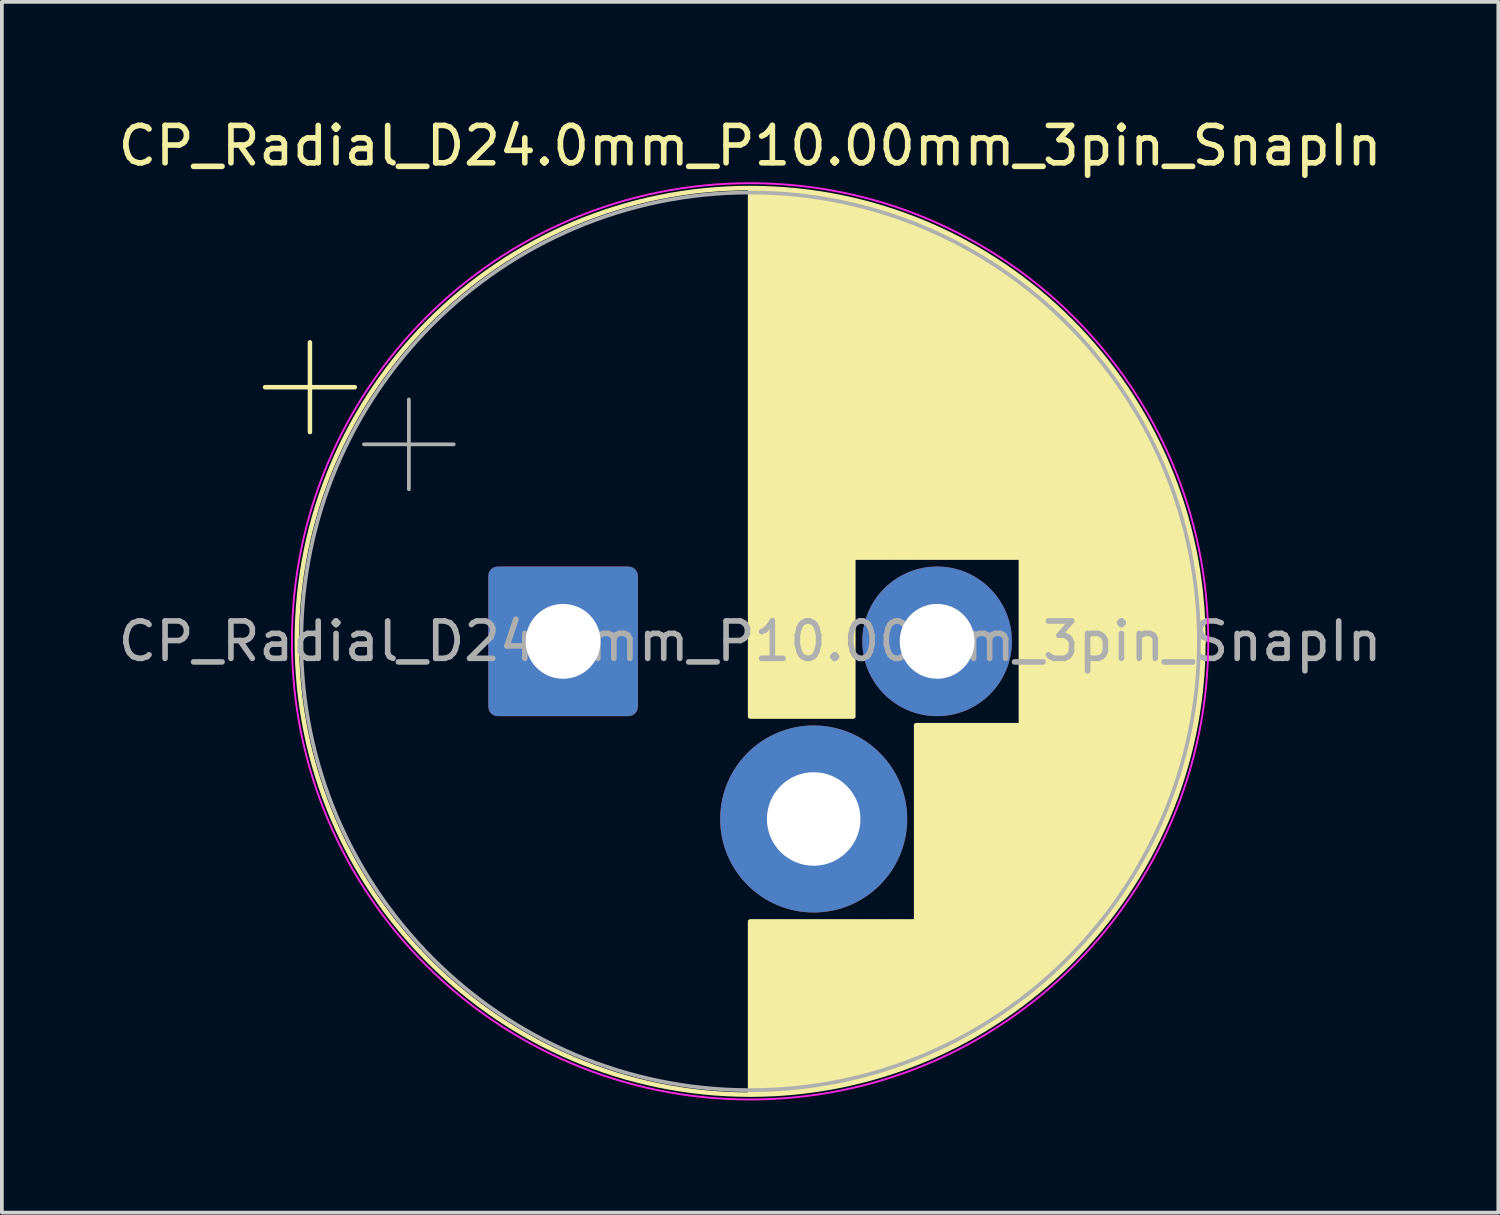
<source format=kicad_pcb>
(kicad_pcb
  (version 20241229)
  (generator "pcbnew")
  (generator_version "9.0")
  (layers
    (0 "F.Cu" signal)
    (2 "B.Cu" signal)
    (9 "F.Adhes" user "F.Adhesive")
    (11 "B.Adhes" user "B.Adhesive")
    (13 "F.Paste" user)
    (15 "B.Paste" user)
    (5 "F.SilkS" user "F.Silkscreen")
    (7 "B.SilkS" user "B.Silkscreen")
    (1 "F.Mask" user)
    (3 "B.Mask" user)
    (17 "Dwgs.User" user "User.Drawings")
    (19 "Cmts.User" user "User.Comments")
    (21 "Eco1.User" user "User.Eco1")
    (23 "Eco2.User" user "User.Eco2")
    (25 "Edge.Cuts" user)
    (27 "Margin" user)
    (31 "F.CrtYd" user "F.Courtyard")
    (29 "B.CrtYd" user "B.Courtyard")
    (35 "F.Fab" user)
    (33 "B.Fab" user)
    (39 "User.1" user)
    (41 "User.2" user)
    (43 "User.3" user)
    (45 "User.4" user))
  (footprint "CP_Radial_D24.0mm_P10.00mm_3pin_SnapIn"
    (layer "F.Cu")
    (at 12.006 14.098)
    (property "Reference" "CP_Radial_D24.0mm_P10.00mm_3pin_SnapIn" (at 5 -13.25 0) (layer "F.SilkS") (effects (font (size 1 1) (thickness 0.15))))
    (attr through_hole)
    (fp_line (start -7.969 -6.795) (end -5.569 -6.795) (stroke (width 0.12) (type solid)) (layer "F.SilkS"))
    (fp_line (start -6.769 -7.995) (end -6.769 -5.595) (stroke (width 0.12) (type solid)) (layer "F.SilkS"))
    (fp_line (start 5 -12.08) (end 5 2.01) (stroke (width 0.12) (type solid)) (layer "F.SilkS"))
    (fp_line (start 5 7.49) (end 5 12.08) (stroke (width 0.12) (type solid)) (layer "F.SilkS"))
    (fp_line (start 5.04 -12.08) (end 5.04 2.01) (stroke (width 0.12) (type solid)) (layer "F.SilkS"))
    (fp_line (start 5.04 7.49) (end 5.04 12.08) (stroke (width 0.12) (type solid)) (layer "F.SilkS"))
    (fp_line (start 5.08 -12.08) (end 5.08 2.01) (stroke (width 0.12) (type solid)) (layer "F.SilkS"))
    (fp_line (start 5.08 7.49) (end 5.08 12.08) (stroke (width 0.12) (type solid)) (layer "F.SilkS"))
    (fp_line (start 5.12 -12.079) (end 5.12 2.01) (stroke (width 0.12) (type solid)) (layer "F.SilkS"))
    (fp_line (start 5.12 7.49) (end 5.12 12.079) (stroke (width 0.12) (type solid)) (layer "F.SilkS"))
    (fp_line (start 5.16 -12.079) (end 5.16 2.01) (stroke (width 0.12) (type solid)) (layer "F.SilkS"))
    (fp_line (start 5.16 7.49) (end 5.16 12.079) (stroke (width 0.12) (type solid)) (layer "F.SilkS"))
    (fp_line (start 5.2 -12.078) (end 5.2 2.01) (stroke (width 0.12) (type solid)) (layer "F.SilkS"))
    (fp_line (start 5.2 7.49) (end 5.2 12.078) (stroke (width 0.12) (type solid)) (layer "F.SilkS"))
    (fp_line (start 5.24 -12.078) (end 5.24 2.01) (stroke (width 0.12) (type solid)) (layer "F.SilkS"))
    (fp_line (start 5.24 7.49) (end 5.24 12.078) (stroke (width 0.12) (type solid)) (layer "F.SilkS"))
    (fp_line (start 5.28 -12.077) (end 5.28 2.01) (stroke (width 0.12) (type solid)) (layer "F.SilkS"))
    (fp_line (start 5.28 7.49) (end 5.28 12.077) (stroke (width 0.12) (type solid)) (layer "F.SilkS"))
    (fp_line (start 5.32 -12.076) (end 5.32 2.01) (stroke (width 0.12) (type solid)) (layer "F.SilkS"))
    (fp_line (start 5.32 7.49) (end 5.32 12.076) (stroke (width 0.12) (type solid)) (layer "F.SilkS"))
    (fp_line (start 5.36 -12.075) (end 5.36 2.01) (stroke (width 0.12) (type solid)) (layer "F.SilkS"))
    (fp_line (start 5.36 7.49) (end 5.36 12.075) (stroke (width 0.12) (type solid)) (layer "F.SilkS"))
    (fp_line (start 5.4 -12.073) (end 5.4 2.01) (stroke (width 0.12) (type solid)) (layer "F.SilkS"))
    (fp_line (start 5.4 7.49) (end 5.4 12.073) (stroke (width 0.12) (type solid)) (layer "F.SilkS"))
    (fp_line (start 5.44 -12.072) (end 5.44 2.01) (stroke (width 0.12) (type solid)) (layer "F.SilkS"))
    (fp_line (start 5.44 7.49) (end 5.44 12.072) (stroke (width 0.12) (type solid)) (layer "F.SilkS"))
    (fp_line (start 5.48 -12.07) (end 5.48 2.01) (stroke (width 0.12) (type solid)) (layer "F.SilkS"))
    (fp_line (start 5.48 7.49) (end 5.48 12.07) (stroke (width 0.12) (type solid)) (layer "F.SilkS"))
    (fp_line (start 5.52 -12.069) (end 5.52 2.01) (stroke (width 0.12) (type solid)) (layer "F.SilkS"))
    (fp_line (start 5.52 7.49) (end 5.52 12.069) (stroke (width 0.12) (type solid)) (layer "F.SilkS"))
    (fp_line (start 5.56 -12.067) (end 5.56 2.01) (stroke (width 0.12) (type solid)) (layer "F.SilkS"))
    (fp_line (start 5.56 7.49) (end 5.56 12.067) (stroke (width 0.12) (type solid)) (layer "F.SilkS"))
    (fp_line (start 5.6 -12.065) (end 5.6 2.01) (stroke (width 0.12) (type solid)) (layer "F.SilkS"))
    (fp_line (start 5.6 7.49) (end 5.6 12.065) (stroke (width 0.12) (type solid)) (layer "F.SilkS"))
    (fp_line (start 5.64 -12.063) (end 5.64 2.01) (stroke (width 0.12) (type solid)) (layer "F.SilkS"))
    (fp_line (start 5.64 7.49) (end 5.64 12.063) (stroke (width 0.12) (type solid)) (layer "F.SilkS"))
    (fp_line (start 5.68 -12.061) (end 5.68 2.01) (stroke (width 0.12) (type solid)) (layer "F.SilkS"))
    (fp_line (start 5.68 7.49) (end 5.68 12.061) (stroke (width 0.12) (type solid)) (layer "F.SilkS"))
    (fp_line (start 5.72 -12.059) (end 5.72 2.01) (stroke (width 0.12) (type solid)) (layer "F.SilkS"))
    (fp_line (start 5.72 7.49) (end 5.72 12.059) (stroke (width 0.12) (type solid)) (layer "F.SilkS"))
    (fp_line (start 5.76 -12.056) (end 5.76 2.01) (stroke (width 0.12) (type solid)) (layer "F.SilkS"))
    (fp_line (start 5.76 7.49) (end 5.76 12.056) (stroke (width 0.12) (type solid)) (layer "F.SilkS"))
    (fp_line (start 5.8 -12.054) (end 5.8 2.01) (stroke (width 0.12) (type solid)) (layer "F.SilkS"))
    (fp_line (start 5.8 7.49) (end 5.8 12.054) (stroke (width 0.12) (type solid)) (layer "F.SilkS"))
    (fp_line (start 5.84 -12.051) (end 5.84 2.01) (stroke (width 0.12) (type solid)) (layer "F.SilkS"))
    (fp_line (start 5.84 7.49) (end 5.84 12.051) (stroke (width 0.12) (type solid)) (layer "F.SilkS"))
    (fp_line (start 5.88 -12.048) (end 5.88 2.01) (stroke (width 0.12) (type solid)) (layer "F.SilkS"))
    (fp_line (start 5.88 7.49) (end 5.88 12.048) (stroke (width 0.12) (type solid)) (layer "F.SilkS"))
    (fp_line (start 5.92 -12.045) (end 5.92 2.01) (stroke (width 0.12) (type solid)) (layer "F.SilkS"))
    (fp_line (start 5.92 7.49) (end 5.92 12.045) (stroke (width 0.12) (type solid)) (layer "F.SilkS"))
    (fp_line (start 5.96 -12.042) (end 5.96 2.01) (stroke (width 0.12) (type solid)) (layer "F.SilkS"))
    (fp_line (start 5.96 7.49) (end 5.96 12.042) (stroke (width 0.12) (type solid)) (layer "F.SilkS"))
    (fp_line (start 6 -12.039) (end 6 2.01) (stroke (width 0.12) (type solid)) (layer "F.SilkS"))
    (fp_line (start 6 7.49) (end 6 12.039) (stroke (width 0.12) (type solid)) (layer "F.SilkS"))
    (fp_line (start 6.04 -12.035) (end 6.04 2.01) (stroke (width 0.12) (type solid)) (layer "F.SilkS"))
    (fp_line (start 6.04 7.49) (end 6.04 12.035) (stroke (width 0.12) (type solid)) (layer "F.SilkS"))
    (fp_line (start 6.08 -12.032) (end 6.08 2.01) (stroke (width 0.12) (type solid)) (layer "F.SilkS"))
    (fp_line (start 6.08 7.49) (end 6.08 12.032) (stroke (width 0.12) (type solid)) (layer "F.SilkS"))
    (fp_line (start 6.12 -12.028) (end 6.12 2.01) (stroke (width 0.12) (type solid)) (layer "F.SilkS"))
    (fp_line (start 6.12 7.49) (end 6.12 12.028) (stroke (width 0.12) (type solid)) (layer "F.SilkS"))
    (fp_line (start 6.16 -12.024) (end 6.16 2.01) (stroke (width 0.12) (type solid)) (layer "F.SilkS"))
    (fp_line (start 6.16 7.49) (end 6.16 12.024) (stroke (width 0.12) (type solid)) (layer "F.SilkS"))
    (fp_line (start 6.2 -12.02) (end 6.2 2.01) (stroke (width 0.12) (type solid)) (layer "F.SilkS"))
    (fp_line (start 6.2 7.49) (end 6.2 12.02) (stroke (width 0.12) (type solid)) (layer "F.SilkS"))
    (fp_line (start 6.24 -12.016) (end 6.24 2.01) (stroke (width 0.12) (type solid)) (layer "F.SilkS"))
    (fp_line (start 6.24 7.49) (end 6.24 12.016) (stroke (width 0.12) (type solid)) (layer "F.SilkS"))
    (fp_line (start 6.28 -12.012) (end 6.28 2.01) (stroke (width 0.12) (type solid)) (layer "F.SilkS"))
    (fp_line (start 6.28 7.49) (end 6.28 12.012) (stroke (width 0.12) (type solid)) (layer "F.SilkS"))
    (fp_line (start 6.32 -12.008) (end 6.32 2.01) (stroke (width 0.12) (type solid)) (layer "F.SilkS"))
    (fp_line (start 6.32 7.49) (end 6.32 12.008) (stroke (width 0.12) (type solid)) (layer "F.SilkS"))
    (fp_line (start 6.36 -12.003) (end 6.36 2.01) (stroke (width 0.12) (type solid)) (layer "F.SilkS"))
    (fp_line (start 6.36 7.49) (end 6.36 12.003) (stroke (width 0.12) (type solid)) (layer "F.SilkS"))
    (fp_line (start 6.4 -11.999) (end 6.4 2.01) (stroke (width 0.12) (type solid)) (layer "F.SilkS"))
    (fp_line (start 6.4 7.49) (end 6.4 11.999) (stroke (width 0.12) (type solid)) (layer "F.SilkS"))
    (fp_line (start 6.44 -11.994) (end 6.44 2.01) (stroke (width 0.12) (type solid)) (layer "F.SilkS"))
    (fp_line (start 6.44 7.49) (end 6.44 11.994) (stroke (width 0.12) (type solid)) (layer "F.SilkS"))
    (fp_line (start 6.48 -11.989) (end 6.48 2.01) (stroke (width 0.12) (type solid)) (layer "F.SilkS"))
    (fp_line (start 6.48 7.49) (end 6.48 11.989) (stroke (width 0.12) (type solid)) (layer "F.SilkS"))
    (fp_line (start 6.52 -11.984) (end 6.52 2.01) (stroke (width 0.12) (type solid)) (layer "F.SilkS"))
    (fp_line (start 6.52 7.49) (end 6.52 11.984) (stroke (width 0.12) (type solid)) (layer "F.SilkS"))
    (fp_line (start 6.56 -11.979) (end 6.56 2.01) (stroke (width 0.12) (type solid)) (layer "F.SilkS"))
    (fp_line (start 6.56 7.49) (end 6.56 11.979) (stroke (width 0.12) (type solid)) (layer "F.SilkS"))
    (fp_line (start 6.6 -11.974) (end 6.6 2.01) (stroke (width 0.12) (type solid)) (layer "F.SilkS"))
    (fp_line (start 6.6 7.49) (end 6.6 11.974) (stroke (width 0.12) (type solid)) (layer "F.SilkS"))
    (fp_line (start 6.64 -11.969) (end 6.64 2.01) (stroke (width 0.12) (type solid)) (layer "F.SilkS"))
    (fp_line (start 6.64 7.49) (end 6.64 11.969) (stroke (width 0.12) (type solid)) (layer "F.SilkS"))
    (fp_line (start 6.68 -11.963) (end 6.68 2.01) (stroke (width 0.12) (type solid)) (layer "F.SilkS"))
    (fp_line (start 6.68 7.49) (end 6.68 11.963) (stroke (width 0.12) (type solid)) (layer "F.SilkS"))
    (fp_line (start 6.72 -11.957) (end 6.72 2.01) (stroke (width 0.12) (type solid)) (layer "F.SilkS"))
    (fp_line (start 6.72 7.49) (end 6.72 11.957) (stroke (width 0.12) (type solid)) (layer "F.SilkS"))
    (fp_line (start 6.76 -11.952) (end 6.76 2.01) (stroke (width 0.12) (type solid)) (layer "F.SilkS"))
    (fp_line (start 6.76 7.49) (end 6.76 11.952) (stroke (width 0.12) (type solid)) (layer "F.SilkS"))
    (fp_line (start 6.8 -11.946) (end 6.8 2.01) (stroke (width 0.12) (type solid)) (layer "F.SilkS"))
    (fp_line (start 6.8 7.49) (end 6.8 11.946) (stroke (width 0.12) (type solid)) (layer "F.SilkS"))
    (fp_line (start 6.84 -11.94) (end 6.84 2.01) (stroke (width 0.12) (type solid)) (layer "F.SilkS"))
    (fp_line (start 6.84 7.49) (end 6.84 11.94) (stroke (width 0.12) (type solid)) (layer "F.SilkS"))
    (fp_line (start 6.88 -11.933) (end 6.88 2.01) (stroke (width 0.12) (type solid)) (layer "F.SilkS"))
    (fp_line (start 6.88 7.49) (end 6.88 11.933) (stroke (width 0.12) (type solid)) (layer "F.SilkS"))
    (fp_line (start 6.92 -11.927) (end 6.92 2.01) (stroke (width 0.12) (type solid)) (layer "F.SilkS"))
    (fp_line (start 6.92 7.49) (end 6.92 11.927) (stroke (width 0.12) (type solid)) (layer "F.SilkS"))
    (fp_line (start 6.96 -11.92) (end 6.96 2.01) (stroke (width 0.12) (type solid)) (layer "F.SilkS"))
    (fp_line (start 6.96 7.49) (end 6.96 11.92) (stroke (width 0.12) (type solid)) (layer "F.SilkS"))
    (fp_line (start 7 -11.914) (end 7 2.01) (stroke (width 0.12) (type solid)) (layer "F.SilkS"))
    (fp_line (start 7 7.49) (end 7 11.914) (stroke (width 0.12) (type solid)) (layer "F.SilkS"))
    (fp_line (start 7.04 -11.907) (end 7.04 2.01) (stroke (width 0.12) (type solid)) (layer "F.SilkS"))
    (fp_line (start 7.04 7.49) (end 7.04 11.907) (stroke (width 0.12) (type solid)) (layer "F.SilkS"))
    (fp_line (start 7.08 -11.9) (end 7.08 2.01) (stroke (width 0.12) (type solid)) (layer "F.SilkS"))
    (fp_line (start 7.08 7.49) (end 7.08 11.9) (stroke (width 0.12) (type solid)) (layer "F.SilkS"))
    (fp_line (start 7.12 -11.893) (end 7.12 2.01) (stroke (width 0.12) (type solid)) (layer "F.SilkS"))
    (fp_line (start 7.12 7.49) (end 7.12 11.893) (stroke (width 0.12) (type solid)) (layer "F.SilkS"))
    (fp_line (start 7.16 -11.886) (end 7.16 2.01) (stroke (width 0.12) (type solid)) (layer "F.SilkS"))
    (fp_line (start 7.16 7.49) (end 7.16 11.886) (stroke (width 0.12) (type solid)) (layer "F.SilkS"))
    (fp_line (start 7.2 -11.879) (end 7.2 2.01) (stroke (width 0.12) (type solid)) (layer "F.SilkS"))
    (fp_line (start 7.2 7.49) (end 7.2 11.879) (stroke (width 0.12) (type solid)) (layer "F.SilkS"))
    (fp_line (start 7.24 -11.871) (end 7.24 2.01) (stroke (width 0.12) (type solid)) (layer "F.SilkS"))
    (fp_line (start 7.24 7.49) (end 7.24 11.871) (stroke (width 0.12) (type solid)) (layer "F.SilkS"))
    (fp_line (start 7.28 -11.864) (end 7.28 2.01) (stroke (width 0.12) (type solid)) (layer "F.SilkS"))
    (fp_line (start 7.28 7.49) (end 7.28 11.864) (stroke (width 0.12) (type solid)) (layer "F.SilkS"))
    (fp_line (start 7.32 -11.856) (end 7.32 2.01) (stroke (width 0.12) (type solid)) (layer "F.SilkS"))
    (fp_line (start 7.32 7.49) (end 7.32 11.856) (stroke (width 0.12) (type solid)) (layer "F.SilkS"))
    (fp_line (start 7.36 -11.848) (end 7.36 2.01) (stroke (width 0.12) (type solid)) (layer "F.SilkS"))
    (fp_line (start 7.36 7.49) (end 7.36 11.848) (stroke (width 0.12) (type solid)) (layer "F.SilkS"))
    (fp_line (start 7.4 -11.84) (end 7.4 2.01) (stroke (width 0.12) (type solid)) (layer "F.SilkS"))
    (fp_line (start 7.4 7.49) (end 7.4 11.84) (stroke (width 0.12) (type solid)) (layer "F.SilkS"))
    (fp_line (start 7.44 -11.832) (end 7.44 2.01) (stroke (width 0.12) (type solid)) (layer "F.SilkS"))
    (fp_line (start 7.44 7.49) (end 7.44 11.832) (stroke (width 0.12) (type solid)) (layer "F.SilkS"))
    (fp_line (start 7.48 -11.824) (end 7.48 2.01) (stroke (width 0.12) (type solid)) (layer "F.SilkS"))
    (fp_line (start 7.48 7.49) (end 7.48 11.824) (stroke (width 0.12) (type solid)) (layer "F.SilkS"))
    (fp_line (start 7.52 -11.815) (end 7.52 2.01) (stroke (width 0.12) (type solid)) (layer "F.SilkS"))
    (fp_line (start 7.52 7.49) (end 7.52 11.815) (stroke (width 0.12) (type solid)) (layer "F.SilkS"))
    (fp_line (start 7.56 -11.807) (end 7.56 2.01) (stroke (width 0.12) (type solid)) (layer "F.SilkS"))
    (fp_line (start 7.56 7.49) (end 7.56 11.807) (stroke (width 0.12) (type solid)) (layer "F.SilkS"))
    (fp_line (start 7.6 -11.798) (end 7.6 2.01) (stroke (width 0.12) (type solid)) (layer "F.SilkS"))
    (fp_line (start 7.6 7.49) (end 7.6 11.798) (stroke (width 0.12) (type solid)) (layer "F.SilkS"))
    (fp_line (start 7.64 -11.789) (end 7.64 2.01) (stroke (width 0.12) (type solid)) (layer "F.SilkS"))
    (fp_line (start 7.64 7.49) (end 7.64 11.789) (stroke (width 0.12) (type solid)) (layer "F.SilkS"))
    (fp_line (start 7.68 -11.78) (end 7.68 2.01) (stroke (width 0.12) (type solid)) (layer "F.SilkS"))
    (fp_line (start 7.68 7.49) (end 7.68 11.78) (stroke (width 0.12) (type solid)) (layer "F.SilkS"))
    (fp_line (start 7.72 -11.771) (end 7.72 2.01) (stroke (width 0.12) (type solid)) (layer "F.SilkS"))
    (fp_line (start 7.72 7.49) (end 7.72 11.771) (stroke (width 0.12) (type solid)) (layer "F.SilkS"))
    (fp_line (start 7.76 -11.762) (end 7.76 2.01) (stroke (width 0.12) (type solid)) (layer "F.SilkS"))
    (fp_line (start 7.76 7.49) (end 7.76 11.762) (stroke (width 0.12) (type solid)) (layer "F.SilkS"))
    (fp_line (start 7.8 -11.752) (end 7.8 -2.24) (stroke (width 0.12) (type solid)) (layer "F.SilkS"))
    (fp_line (start 7.8 7.49) (end 7.8 11.752) (stroke (width 0.12) (type solid)) (layer "F.SilkS"))
    (fp_line (start 7.84 -11.743) (end 7.84 -2.24) (stroke (width 0.12) (type solid)) (layer "F.SilkS"))
    (fp_line (start 7.84 7.49) (end 7.84 11.743) (stroke (width 0.12) (type solid)) (layer "F.SilkS"))
    (fp_line (start 7.88 -11.733) (end 7.88 -2.24) (stroke (width 0.12) (type solid)) (layer "F.SilkS"))
    (fp_line (start 7.88 7.49) (end 7.88 11.733) (stroke (width 0.12) (type solid)) (layer "F.SilkS"))
    (fp_line (start 7.92 -11.723) (end 7.92 -2.24) (stroke (width 0.12) (type solid)) (layer "F.SilkS"))
    (fp_line (start 7.92 7.49) (end 7.92 11.723) (stroke (width 0.12) (type solid)) (layer "F.SilkS"))
    (fp_line (start 7.96 -11.713) (end 7.96 -2.24) (stroke (width 0.12) (type solid)) (layer "F.SilkS"))
    (fp_line (start 7.96 7.49) (end 7.96 11.713) (stroke (width 0.12) (type solid)) (layer "F.SilkS"))
    (fp_line (start 8 -11.703) (end 8 -2.24) (stroke (width 0.12) (type solid)) (layer "F.SilkS"))
    (fp_line (start 8 7.49) (end 8 11.703) (stroke (width 0.12) (type solid)) (layer "F.SilkS"))
    (fp_line (start 8.04 -11.693) (end 8.04 -2.24) (stroke (width 0.12) (type solid)) (layer "F.SilkS"))
    (fp_line (start 8.04 7.49) (end 8.04 11.693) (stroke (width 0.12) (type solid)) (layer "F.SilkS"))
    (fp_line (start 8.08 -11.682) (end 8.08 -2.24) (stroke (width 0.12) (type solid)) (layer "F.SilkS"))
    (fp_line (start 8.08 7.49) (end 8.08 11.682) (stroke (width 0.12) (type solid)) (layer "F.SilkS"))
    (fp_line (start 8.12 -11.672) (end 8.12 -2.24) (stroke (width 0.12) (type solid)) (layer "F.SilkS"))
    (fp_line (start 8.12 7.49) (end 8.12 11.672) (stroke (width 0.12) (type solid)) (layer "F.SilkS"))
    (fp_line (start 8.16 -11.661) (end 8.16 -2.24) (stroke (width 0.12) (type solid)) (layer "F.SilkS"))
    (fp_line (start 8.16 7.49) (end 8.16 11.661) (stroke (width 0.12) (type solid)) (layer "F.SilkS"))
    (fp_line (start 8.2 -11.65) (end 8.2 -2.24) (stroke (width 0.12) (type solid)) (layer "F.SilkS"))
    (fp_line (start 8.2 7.49) (end 8.2 11.65) (stroke (width 0.12) (type solid)) (layer "F.SilkS"))
    (fp_line (start 8.24 -11.639) (end 8.24 -2.24) (stroke (width 0.12) (type solid)) (layer "F.SilkS"))
    (fp_line (start 8.24 7.49) (end 8.24 11.639) (stroke (width 0.12) (type solid)) (layer "F.SilkS"))
    (fp_line (start 8.28 -11.628) (end 8.28 -2.24) (stroke (width 0.12) (type solid)) (layer "F.SilkS"))
    (fp_line (start 8.28 7.49) (end 8.28 11.628) (stroke (width 0.12) (type solid)) (layer "F.SilkS"))
    (fp_line (start 8.32 -11.616) (end 8.32 -2.24) (stroke (width 0.12) (type solid)) (layer "F.SilkS"))
    (fp_line (start 8.32 7.49) (end 8.32 11.616) (stroke (width 0.12) (type solid)) (layer "F.SilkS"))
    (fp_line (start 8.36 -11.605) (end 8.36 -2.24) (stroke (width 0.12) (type solid)) (layer "F.SilkS"))
    (fp_line (start 8.36 7.49) (end 8.36 11.605) (stroke (width 0.12) (type solid)) (layer "F.SilkS"))
    (fp_line (start 8.4 -11.593) (end 8.4 -2.24) (stroke (width 0.12) (type solid)) (layer "F.SilkS"))
    (fp_line (start 8.4 7.49) (end 8.4 11.593) (stroke (width 0.12) (type solid)) (layer "F.SilkS"))
    (fp_line (start 8.44 -11.582) (end 8.44 -2.24) (stroke (width 0.12) (type solid)) (layer "F.SilkS"))
    (fp_line (start 8.44 7.49) (end 8.44 11.582) (stroke (width 0.12) (type solid)) (layer "F.SilkS"))
    (fp_line (start 8.48 -11.57) (end 8.48 -2.24) (stroke (width 0.12) (type solid)) (layer "F.SilkS"))
    (fp_line (start 8.48 7.49) (end 8.48 11.57) (stroke (width 0.12) (type solid)) (layer "F.SilkS"))
    (fp_line (start 8.52 -11.558) (end 8.52 -2.24) (stroke (width 0.12) (type solid)) (layer "F.SilkS"))
    (fp_line (start 8.52 7.49) (end 8.52 11.558) (stroke (width 0.12) (type solid)) (layer "F.SilkS"))
    (fp_line (start 8.56 -11.545) (end 8.56 -2.24) (stroke (width 0.12) (type solid)) (layer "F.SilkS"))
    (fp_line (start 8.56 7.49) (end 8.56 11.545) (stroke (width 0.12) (type solid)) (layer "F.SilkS"))
    (fp_line (start 8.6 -11.533) (end 8.6 -2.24) (stroke (width 0.12) (type solid)) (layer "F.SilkS"))
    (fp_line (start 8.6 7.49) (end 8.6 11.533) (stroke (width 0.12) (type solid)) (layer "F.SilkS"))
    (fp_line (start 8.64 -11.52) (end 8.64 -2.24) (stroke (width 0.12) (type solid)) (layer "F.SilkS"))
    (fp_line (start 8.64 7.49) (end 8.64 11.52) (stroke (width 0.12) (type solid)) (layer "F.SilkS"))
    (fp_line (start 8.68 -11.508) (end 8.68 -2.24) (stroke (width 0.12) (type solid)) (layer "F.SilkS"))
    (fp_line (start 8.68 7.49) (end 8.68 11.508) (stroke (width 0.12) (type solid)) (layer "F.SilkS"))
    (fp_line (start 8.72 -11.495) (end 8.72 -2.24) (stroke (width 0.12) (type solid)) (layer "F.SilkS"))
    (fp_line (start 8.72 7.49) (end 8.72 11.495) (stroke (width 0.12) (type solid)) (layer "F.SilkS"))
    (fp_line (start 8.76 -11.482) (end 8.76 -2.24) (stroke (width 0.12) (type solid)) (layer "F.SilkS"))
    (fp_line (start 8.76 7.49) (end 8.76 11.482) (stroke (width 0.12) (type solid)) (layer "F.SilkS"))
    (fp_line (start 8.8 -11.469) (end 8.8 -2.24) (stroke (width 0.12) (type solid)) (layer "F.SilkS"))
    (fp_line (start 8.8 7.49) (end 8.8 11.469) (stroke (width 0.12) (type solid)) (layer "F.SilkS"))
    (fp_line (start 8.84 -11.456) (end 8.84 -2.24) (stroke (width 0.12) (type solid)) (layer "F.SilkS"))
    (fp_line (start 8.84 7.49) (end 8.84 11.456) (stroke (width 0.12) (type solid)) (layer "F.SilkS"))
    (fp_line (start 8.88 -11.442) (end 8.88 -2.24) (stroke (width 0.12) (type solid)) (layer "F.SilkS"))
    (fp_line (start 8.88 7.49) (end 8.88 11.442) (stroke (width 0.12) (type solid)) (layer "F.SilkS"))
    (fp_line (start 8.92 -11.429) (end 8.92 -2.24) (stroke (width 0.12) (type solid)) (layer "F.SilkS"))
    (fp_line (start 8.92 7.49) (end 8.92 11.429) (stroke (width 0.12) (type solid)) (layer "F.SilkS"))
    (fp_line (start 8.96 -11.415) (end 8.96 -2.24) (stroke (width 0.12) (type solid)) (layer "F.SilkS"))
    (fp_line (start 8.96 7.49) (end 8.96 11.415) (stroke (width 0.12) (type solid)) (layer "F.SilkS"))
    (fp_line (start 9 -11.401) (end 9 -2.24) (stroke (width 0.12) (type solid)) (layer "F.SilkS"))
    (fp_line (start 9 7.49) (end 9 11.401) (stroke (width 0.12) (type solid)) (layer "F.SilkS"))
    (fp_line (start 9.04 -11.387) (end 9.04 -2.24) (stroke (width 0.12) (type solid)) (layer "F.SilkS"))
    (fp_line (start 9.04 7.49) (end 9.04 11.387) (stroke (width 0.12) (type solid)) (layer "F.SilkS"))
    (fp_line (start 9.08 -11.373) (end 9.08 -2.24) (stroke (width 0.12) (type solid)) (layer "F.SilkS"))
    (fp_line (start 9.08 7.49) (end 9.08 11.373) (stroke (width 0.12) (type solid)) (layer "F.SilkS"))
    (fp_line (start 9.12 -11.358) (end 9.12 -2.24) (stroke (width 0.12) (type solid)) (layer "F.SilkS"))
    (fp_line (start 9.12 7.49) (end 9.12 11.358) (stroke (width 0.12) (type solid)) (layer "F.SilkS"))
    (fp_line (start 9.16 -11.344) (end 9.16 -2.24) (stroke (width 0.12) (type solid)) (layer "F.SilkS"))
    (fp_line (start 9.16 7.49) (end 9.16 11.344) (stroke (width 0.12) (type solid)) (layer "F.SilkS"))
    (fp_line (start 9.2 -11.329) (end 9.2 -2.24) (stroke (width 0.12) (type solid)) (layer "F.SilkS"))
    (fp_line (start 9.2 7.49) (end 9.2 11.329) (stroke (width 0.12) (type solid)) (layer "F.SilkS"))
    (fp_line (start 9.24 -11.314) (end 9.24 -2.24) (stroke (width 0.12) (type solid)) (layer "F.SilkS"))
    (fp_line (start 9.24 7.49) (end 9.24 11.314) (stroke (width 0.12) (type solid)) (layer "F.SilkS"))
    (fp_line (start 9.28 -11.299) (end 9.28 -2.24) (stroke (width 0.12) (type solid)) (layer "F.SilkS"))
    (fp_line (start 9.28 7.49) (end 9.28 11.299) (stroke (width 0.12) (type solid)) (layer "F.SilkS"))
    (fp_line (start 9.32 -11.284) (end 9.32 -2.24) (stroke (width 0.12) (type solid)) (layer "F.SilkS"))
    (fp_line (start 9.32 7.49) (end 9.32 11.284) (stroke (width 0.12) (type solid)) (layer "F.SilkS"))
    (fp_line (start 9.36 -11.269) (end 9.36 -2.24) (stroke (width 0.12) (type solid)) (layer "F.SilkS"))
    (fp_line (start 9.36 7.49) (end 9.36 11.269) (stroke (width 0.12) (type solid)) (layer "F.SilkS"))
    (fp_line (start 9.4 -11.253) (end 9.4 -2.24) (stroke (width 0.12) (type solid)) (layer "F.SilkS"))
    (fp_line (start 9.4 7.49) (end 9.4 11.253) (stroke (width 0.12) (type solid)) (layer "F.SilkS"))
    (fp_line (start 9.44 -11.237) (end 9.44 -2.24) (stroke (width 0.12) (type solid)) (layer "F.SilkS"))
    (fp_line (start 9.44 2.24) (end 9.44 11.237) (stroke (width 0.12) (type solid)) (layer "F.SilkS"))
    (fp_line (start 9.48 -11.222) (end 9.48 -2.24) (stroke (width 0.12) (type solid)) (layer "F.SilkS"))
    (fp_line (start 9.48 2.24) (end 9.48 11.222) (stroke (width 0.12) (type solid)) (layer "F.SilkS"))
    (fp_line (start 9.52 -11.206) (end 9.52 -2.24) (stroke (width 0.12) (type solid)) (layer "F.SilkS"))
    (fp_line (start 9.52 2.24) (end 9.52 11.206) (stroke (width 0.12) (type solid)) (layer "F.SilkS"))
    (fp_line (start 9.56 -11.189) (end 9.56 -2.24) (stroke (width 0.12) (type solid)) (layer "F.SilkS"))
    (fp_line (start 9.56 2.24) (end 9.56 11.189) (stroke (width 0.12) (type solid)) (layer "F.SilkS"))
    (fp_line (start 9.6 -11.173) (end 9.6 -2.24) (stroke (width 0.12) (type solid)) (layer "F.SilkS"))
    (fp_line (start 9.6 2.24) (end 9.6 11.173) (stroke (width 0.12) (type solid)) (layer "F.SilkS"))
    (fp_line (start 9.64 -11.157) (end 9.64 -2.24) (stroke (width 0.12) (type solid)) (layer "F.SilkS"))
    (fp_line (start 9.64 2.24) (end 9.64 11.157) (stroke (width 0.12) (type solid)) (layer "F.SilkS"))
    (fp_line (start 9.68 -11.14) (end 9.68 -2.24) (stroke (width 0.12) (type solid)) (layer "F.SilkS"))
    (fp_line (start 9.68 2.24) (end 9.68 11.14) (stroke (width 0.12) (type solid)) (layer "F.SilkS"))
    (fp_line (start 9.72 -11.123) (end 9.72 -2.24) (stroke (width 0.12) (type solid)) (layer "F.SilkS"))
    (fp_line (start 9.72 2.24) (end 9.72 11.123) (stroke (width 0.12) (type solid)) (layer "F.SilkS"))
    (fp_line (start 9.76 -11.106) (end 9.76 -2.24) (stroke (width 0.12) (type solid)) (layer "F.SilkS"))
    (fp_line (start 9.76 2.24) (end 9.76 11.106) (stroke (width 0.12) (type solid)) (layer "F.SilkS"))
    (fp_line (start 9.8 -11.089) (end 9.8 -2.24) (stroke (width 0.12) (type solid)) (layer "F.SilkS"))
    (fp_line (start 9.8 2.24) (end 9.8 11.089) (stroke (width 0.12) (type solid)) (layer "F.SilkS"))
    (fp_line (start 9.84 -11.072) (end 9.84 -2.24) (stroke (width 0.12) (type solid)) (layer "F.SilkS"))
    (fp_line (start 9.84 2.24) (end 9.84 11.072) (stroke (width 0.12) (type solid)) (layer "F.SilkS"))
    (fp_line (start 9.88 -11.054) (end 9.88 -2.24) (stroke (width 0.12) (type solid)) (layer "F.SilkS"))
    (fp_line (start 9.88 2.24) (end 9.88 11.054) (stroke (width 0.12) (type solid)) (layer "F.SilkS"))
    (fp_line (start 9.92 -11.036) (end 9.92 -2.24) (stroke (width 0.12) (type solid)) (layer "F.SilkS"))
    (fp_line (start 9.92 2.24) (end 9.92 11.036) (stroke (width 0.12) (type solid)) (layer "F.SilkS"))
    (fp_line (start 9.96 -11.019) (end 9.96 -2.24) (stroke (width 0.12) (type solid)) (layer "F.SilkS"))
    (fp_line (start 9.96 2.24) (end 9.96 11.019) (stroke (width 0.12) (type solid)) (layer "F.SilkS"))
    (fp_line (start 10 -11.001) (end 10 -2.24) (stroke (width 0.12) (type solid)) (layer "F.SilkS"))
    (fp_line (start 10 2.24) (end 10 11.001) (stroke (width 0.12) (type solid)) (layer "F.SilkS"))
    (fp_line (start 10.04 -10.982) (end 10.04 -2.24) (stroke (width 0.12) (type solid)) (layer "F.SilkS"))
    (fp_line (start 10.04 2.24) (end 10.04 10.982) (stroke (width 0.12) (type solid)) (layer "F.SilkS"))
    (fp_line (start 10.08 -10.964) (end 10.08 -2.24) (stroke (width 0.12) (type solid)) (layer "F.SilkS"))
    (fp_line (start 10.08 2.24) (end 10.08 10.964) (stroke (width 0.12) (type solid)) (layer "F.SilkS"))
    (fp_line (start 10.12 -10.945) (end 10.12 -2.24) (stroke (width 0.12) (type solid)) (layer "F.SilkS"))
    (fp_line (start 10.12 2.24) (end 10.12 10.945) (stroke (width 0.12) (type solid)) (layer "F.SilkS"))
    (fp_line (start 10.16 -10.927) (end 10.16 -2.24) (stroke (width 0.12) (type solid)) (layer "F.SilkS"))
    (fp_line (start 10.16 2.24) (end 10.16 10.927) (stroke (width 0.12) (type solid)) (layer "F.SilkS"))
    (fp_line (start 10.2 -10.908) (end 10.2 -2.24) (stroke (width 0.12) (type solid)) (layer "F.SilkS"))
    (fp_line (start 10.2 2.24) (end 10.2 10.908) (stroke (width 0.12) (type solid)) (layer "F.SilkS"))
    (fp_line (start 10.24 -10.889) (end 10.24 -2.24) (stroke (width 0.12) (type solid)) (layer "F.SilkS"))
    (fp_line (start 10.24 2.24) (end 10.24 10.889) (stroke (width 0.12) (type solid)) (layer "F.SilkS"))
    (fp_line (start 10.28 -10.869) (end 10.28 -2.24) (stroke (width 0.12) (type solid)) (layer "F.SilkS"))
    (fp_line (start 10.28 2.24) (end 10.28 10.869) (stroke (width 0.12) (type solid)) (layer "F.SilkS"))
    (fp_line (start 10.32 -10.85) (end 10.32 -2.24) (stroke (width 0.12) (type solid)) (layer "F.SilkS"))
    (fp_line (start 10.32 2.24) (end 10.32 10.85) (stroke (width 0.12) (type solid)) (layer "F.SilkS"))
    (fp_line (start 10.36 -10.83) (end 10.36 -2.24) (stroke (width 0.12) (type solid)) (layer "F.SilkS"))
    (fp_line (start 10.36 2.24) (end 10.36 10.83) (stroke (width 0.12) (type solid)) (layer "F.SilkS"))
    (fp_line (start 10.4 -10.811) (end 10.4 -2.24) (stroke (width 0.12) (type solid)) (layer "F.SilkS"))
    (fp_line (start 10.4 2.24) (end 10.4 10.811) (stroke (width 0.12) (type solid)) (layer "F.SilkS"))
    (fp_line (start 10.44 -10.791) (end 10.44 -2.24) (stroke (width 0.12) (type solid)) (layer "F.SilkS"))
    (fp_line (start 10.44 2.24) (end 10.44 10.791) (stroke (width 0.12) (type solid)) (layer "F.SilkS"))
    (fp_line (start 10.48 -10.77) (end 10.48 -2.24) (stroke (width 0.12) (type solid)) (layer "F.SilkS"))
    (fp_line (start 10.48 2.24) (end 10.48 10.77) (stroke (width 0.12) (type solid)) (layer "F.SilkS"))
    (fp_line (start 10.52 -10.75) (end 10.52 -2.24) (stroke (width 0.12) (type solid)) (layer "F.SilkS"))
    (fp_line (start 10.52 2.24) (end 10.52 10.75) (stroke (width 0.12) (type solid)) (layer "F.SilkS"))
    (fp_line (start 10.56 -10.729) (end 10.56 -2.24) (stroke (width 0.12) (type solid)) (layer "F.SilkS"))
    (fp_line (start 10.56 2.24) (end 10.56 10.729) (stroke (width 0.12) (type solid)) (layer "F.SilkS"))
    (fp_line (start 10.6 -10.709) (end 10.6 -2.24) (stroke (width 0.12) (type solid)) (layer "F.SilkS"))
    (fp_line (start 10.6 2.24) (end 10.6 10.709) (stroke (width 0.12) (type solid)) (layer "F.SilkS"))
    (fp_line (start 10.64 -10.688) (end 10.64 -2.24) (stroke (width 0.12) (type solid)) (layer "F.SilkS"))
    (fp_line (start 10.64 2.24) (end 10.64 10.688) (stroke (width 0.12) (type solid)) (layer "F.SilkS"))
    (fp_line (start 10.68 -10.667) (end 10.68 -2.24) (stroke (width 0.12) (type solid)) (layer "F.SilkS"))
    (fp_line (start 10.68 2.24) (end 10.68 10.667) (stroke (width 0.12) (type solid)) (layer "F.SilkS"))
    (fp_line (start 10.72 -10.645) (end 10.72 -2.24) (stroke (width 0.12) (type solid)) (layer "F.SilkS"))
    (fp_line (start 10.72 2.24) (end 10.72 10.645) (stroke (width 0.12) (type solid)) (layer "F.SilkS"))
    (fp_line (start 10.76 -10.624) (end 10.76 -2.24) (stroke (width 0.12) (type solid)) (layer "F.SilkS"))
    (fp_line (start 10.76 2.24) (end 10.76 10.624) (stroke (width 0.12) (type solid)) (layer "F.SilkS"))
    (fp_line (start 10.8 -10.602) (end 10.8 -2.24) (stroke (width 0.12) (type solid)) (layer "F.SilkS"))
    (fp_line (start 10.8 2.24) (end 10.8 10.602) (stroke (width 0.12) (type solid)) (layer "F.SilkS"))
    (fp_line (start 10.84 -10.58) (end 10.84 -2.24) (stroke (width 0.12) (type solid)) (layer "F.SilkS"))
    (fp_line (start 10.84 2.24) (end 10.84 10.58) (stroke (width 0.12) (type solid)) (layer "F.SilkS"))
    (fp_line (start 10.88 -10.558) (end 10.88 -2.24) (stroke (width 0.12) (type solid)) (layer "F.SilkS"))
    (fp_line (start 10.88 2.24) (end 10.88 10.558) (stroke (width 0.12) (type solid)) (layer "F.SilkS"))
    (fp_line (start 10.92 -10.536) (end 10.92 -2.24) (stroke (width 0.12) (type solid)) (layer "F.SilkS"))
    (fp_line (start 10.92 2.24) (end 10.92 10.536) (stroke (width 0.12) (type solid)) (layer "F.SilkS"))
    (fp_line (start 10.96 -10.513) (end 10.96 -2.24) (stroke (width 0.12) (type solid)) (layer "F.SilkS"))
    (fp_line (start 10.96 2.24) (end 10.96 10.513) (stroke (width 0.12) (type solid)) (layer "F.SilkS"))
    (fp_line (start 11 -10.491) (end 11 -2.24) (stroke (width 0.12) (type solid)) (layer "F.SilkS"))
    (fp_line (start 11 2.24) (end 11 10.491) (stroke (width 0.12) (type solid)) (layer "F.SilkS"))
    (fp_line (start 11.04 -10.468) (end 11.04 -2.24) (stroke (width 0.12) (type solid)) (layer "F.SilkS"))
    (fp_line (start 11.04 2.24) (end 11.04 10.468) (stroke (width 0.12) (type solid)) (layer "F.SilkS"))
    (fp_line (start 11.08 -10.445) (end 11.08 -2.24) (stroke (width 0.12) (type solid)) (layer "F.SilkS"))
    (fp_line (start 11.08 2.24) (end 11.08 10.445) (stroke (width 0.12) (type solid)) (layer "F.SilkS"))
    (fp_line (start 11.12 -10.421) (end 11.12 -2.24) (stroke (width 0.12) (type solid)) (layer "F.SilkS"))
    (fp_line (start 11.12 2.24) (end 11.12 10.421) (stroke (width 0.12) (type solid)) (layer "F.SilkS"))
    (fp_line (start 11.16 -10.398) (end 11.16 -2.24) (stroke (width 0.12) (type solid)) (layer "F.SilkS"))
    (fp_line (start 11.16 2.24) (end 11.16 10.398) (stroke (width 0.12) (type solid)) (layer "F.SilkS"))
    (fp_line (start 11.2 -10.374) (end 11.2 -2.24) (stroke (width 0.12) (type solid)) (layer "F.SilkS"))
    (fp_line (start 11.2 2.24) (end 11.2 10.374) (stroke (width 0.12) (type solid)) (layer "F.SilkS"))
    (fp_line (start 11.24 -10.35) (end 11.24 -2.24) (stroke (width 0.12) (type solid)) (layer "F.SilkS"))
    (fp_line (start 11.24 2.24) (end 11.24 10.35) (stroke (width 0.12) (type solid)) (layer "F.SilkS"))
    (fp_line (start 11.28 -10.326) (end 11.28 -2.24) (stroke (width 0.12) (type solid)) (layer "F.SilkS"))
    (fp_line (start 11.28 2.24) (end 11.28 10.326) (stroke (width 0.12) (type solid)) (layer "F.SilkS"))
    (fp_line (start 11.32 -10.302) (end 11.32 -2.24) (stroke (width 0.12) (type solid)) (layer "F.SilkS"))
    (fp_line (start 11.32 2.24) (end 11.32 10.302) (stroke (width 0.12) (type solid)) (layer "F.SilkS"))
    (fp_line (start 11.36 -10.277) (end 11.36 -2.24) (stroke (width 0.12) (type solid)) (layer "F.SilkS"))
    (fp_line (start 11.36 2.24) (end 11.36 10.277) (stroke (width 0.12) (type solid)) (layer "F.SilkS"))
    (fp_line (start 11.4 -10.252) (end 11.4 -2.24) (stroke (width 0.12) (type solid)) (layer "F.SilkS"))
    (fp_line (start 11.4 2.24) (end 11.4 10.252) (stroke (width 0.12) (type solid)) (layer "F.SilkS"))
    (fp_line (start 11.44 -10.227) (end 11.44 -2.24) (stroke (width 0.12) (type solid)) (layer "F.SilkS"))
    (fp_line (start 11.44 2.24) (end 11.44 10.227) (stroke (width 0.12) (type solid)) (layer "F.SilkS"))
    (fp_line (start 11.48 -10.202) (end 11.48 -2.24) (stroke (width 0.12) (type solid)) (layer "F.SilkS"))
    (fp_line (start 11.48 2.24) (end 11.48 10.202) (stroke (width 0.12) (type solid)) (layer "F.SilkS"))
    (fp_line (start 11.52 -10.177) (end 11.52 -2.24) (stroke (width 0.12) (type solid)) (layer "F.SilkS"))
    (fp_line (start 11.52 2.24) (end 11.52 10.177) (stroke (width 0.12) (type solid)) (layer "F.SilkS"))
    (fp_line (start 11.56 -10.151) (end 11.56 -2.24) (stroke (width 0.12) (type solid)) (layer "F.SilkS"))
    (fp_line (start 11.56 2.24) (end 11.56 10.151) (stroke (width 0.12) (type solid)) (layer "F.SilkS"))
    (fp_line (start 11.6 -10.125) (end 11.6 -2.24) (stroke (width 0.12) (type solid)) (layer "F.SilkS"))
    (fp_line (start 11.6 2.24) (end 11.6 10.125) (stroke (width 0.12) (type solid)) (layer "F.SilkS"))
    (fp_line (start 11.64 -10.099) (end 11.64 -2.24) (stroke (width 0.12) (type solid)) (layer "F.SilkS"))
    (fp_line (start 11.64 2.24) (end 11.64 10.099) (stroke (width 0.12) (type solid)) (layer "F.SilkS"))
    (fp_line (start 11.68 -10.073) (end 11.68 -2.24) (stroke (width 0.12) (type solid)) (layer "F.SilkS"))
    (fp_line (start 11.68 2.24) (end 11.68 10.073) (stroke (width 0.12) (type solid)) (layer "F.SilkS"))
    (fp_line (start 11.72 -10.046) (end 11.72 -2.24) (stroke (width 0.12) (type solid)) (layer "F.SilkS"))
    (fp_line (start 11.72 2.24) (end 11.72 10.046) (stroke (width 0.12) (type solid)) (layer "F.SilkS"))
    (fp_line (start 11.76 -10.02) (end 11.76 -2.24) (stroke (width 0.12) (type solid)) (layer "F.SilkS"))
    (fp_line (start 11.76 2.24) (end 11.76 10.02) (stroke (width 0.12) (type solid)) (layer "F.SilkS"))
    (fp_line (start 11.8 -9.993) (end 11.8 -2.24) (stroke (width 0.12) (type solid)) (layer "F.SilkS"))
    (fp_line (start 11.8 2.24) (end 11.8 9.993) (stroke (width 0.12) (type solid)) (layer "F.SilkS"))
    (fp_line (start 11.84 -9.965) (end 11.84 -2.24) (stroke (width 0.12) (type solid)) (layer "F.SilkS"))
    (fp_line (start 11.84 2.24) (end 11.84 9.965) (stroke (width 0.12) (type solid)) (layer "F.SilkS"))
    (fp_line (start 11.88 -9.938) (end 11.88 -2.24) (stroke (width 0.12) (type solid)) (layer "F.SilkS"))
    (fp_line (start 11.88 2.24) (end 11.88 9.938) (stroke (width 0.12) (type solid)) (layer "F.SilkS"))
    (fp_line (start 11.92 -9.91) (end 11.92 -2.24) (stroke (width 0.12) (type solid)) (layer "F.SilkS"))
    (fp_line (start 11.92 2.24) (end 11.92 9.91) (stroke (width 0.12) (type solid)) (layer "F.SilkS"))
    (fp_line (start 11.96 -9.882) (end 11.96 -2.24) (stroke (width 0.12) (type solid)) (layer "F.SilkS"))
    (fp_line (start 11.96 2.24) (end 11.96 9.882) (stroke (width 0.12) (type solid)) (layer "F.SilkS"))
    (fp_line (start 12 -9.854) (end 12 -2.24) (stroke (width 0.12) (type solid)) (layer "F.SilkS"))
    (fp_line (start 12 2.24) (end 12 9.854) (stroke (width 0.12) (type solid)) (layer "F.SilkS"))
    (fp_line (start 12.04 -9.826) (end 12.04 -2.24) (stroke (width 0.12) (type solid)) (layer "F.SilkS"))
    (fp_line (start 12.04 2.24) (end 12.04 9.826) (stroke (width 0.12) (type solid)) (layer "F.SilkS"))
    (fp_line (start 12.08 -9.797) (end 12.08 -2.24) (stroke (width 0.12) (type solid)) (layer "F.SilkS"))
    (fp_line (start 12.08 2.24) (end 12.08 9.797) (stroke (width 0.12) (type solid)) (layer "F.SilkS"))
    (fp_line (start 12.12 -9.768) (end 12.12 -2.24) (stroke (width 0.12) (type solid)) (layer "F.SilkS"))
    (fp_line (start 12.12 2.24) (end 12.12 9.768) (stroke (width 0.12) (type solid)) (layer "F.SilkS"))
    (fp_line (start 12.16 -9.739) (end 12.16 -2.24) (stroke (width 0.12) (type solid)) (layer "F.SilkS"))
    (fp_line (start 12.16 2.24) (end 12.16 9.739) (stroke (width 0.12) (type solid)) (layer "F.SilkS"))
    (fp_line (start 12.2 -9.71) (end 12.2 -2.24) (stroke (width 0.12) (type solid)) (layer "F.SilkS"))
    (fp_line (start 12.2 2.24) (end 12.2 9.71) (stroke (width 0.12) (type solid)) (layer "F.SilkS"))
    (fp_line (start 12.24 -9.68) (end 12.24 9.68) (stroke (width 0.12) (type solid)) (layer "F.SilkS"))
    (fp_line (start 12.28 -9.65) (end 12.28 9.65) (stroke (width 0.12) (type solid)) (layer "F.SilkS"))
    (fp_line (start 12.32 -9.62) (end 12.32 9.62) (stroke (width 0.12) (type solid)) (layer "F.SilkS"))
    (fp_line (start 12.36 -9.589) (end 12.36 9.589) (stroke (width 0.12) (type solid)) (layer "F.SilkS"))
    (fp_line (start 12.4 -9.559) (end 12.4 9.559) (stroke (width 0.12) (type solid)) (layer "F.SilkS"))
    (fp_line (start 12.44 -9.528) (end 12.44 9.528) (stroke (width 0.12) (type solid)) (layer "F.SilkS"))
    (fp_line (start 12.48 -9.496) (end 12.48 9.496) (stroke (width 0.12) (type solid)) (layer "F.SilkS"))
    (fp_line (start 12.52 -9.465) (end 12.52 9.465) (stroke (width 0.12) (type solid)) (layer "F.SilkS"))
    (fp_line (start 12.56 -9.433) (end 12.56 9.433) (stroke (width 0.12) (type solid)) (layer "F.SilkS"))
    (fp_line (start 12.6 -9.401) (end 12.6 9.401) (stroke (width 0.12) (type solid)) (layer "F.SilkS"))
    (fp_line (start 12.64 -9.369) (end 12.64 9.369) (stroke (width 0.12) (type solid)) (layer "F.SilkS"))
    (fp_line (start 12.68 -9.336) (end 12.68 9.336) (stroke (width 0.12) (type solid)) (layer "F.SilkS"))
    (fp_line (start 12.72 -9.303) (end 12.72 9.303) (stroke (width 0.12) (type solid)) (layer "F.SilkS"))
    (fp_line (start 12.76 -9.27) (end 12.76 9.27) (stroke (width 0.12) (type solid)) (layer "F.SilkS"))
    (fp_line (start 12.8 -9.237) (end 12.8 9.237) (stroke (width 0.12) (type solid)) (layer "F.SilkS"))
    (fp_line (start 12.84 -9.203) (end 12.84 9.203) (stroke (width 0.12) (type solid)) (layer "F.SilkS"))
    (fp_line (start 12.88 -9.169) (end 12.88 9.169) (stroke (width 0.12) (type solid)) (layer "F.SilkS"))
    (fp_line (start 12.92 -9.134) (end 12.92 9.134) (stroke (width 0.12) (type solid)) (layer "F.SilkS"))
    (fp_line (start 12.96 -9.1) (end 12.96 9.1) (stroke (width 0.12) (type solid)) (layer "F.SilkS"))
    (fp_line (start 13 -9.065) (end 13 9.065) (stroke (width 0.12) (type solid)) (layer "F.SilkS"))
    (fp_line (start 13.04 -9.029) (end 13.04 9.029) (stroke (width 0.12) (type solid)) (layer "F.SilkS"))
    (fp_line (start 13.08 -8.994) (end 13.08 8.994) (stroke (width 0.12) (type solid)) (layer "F.SilkS"))
    (fp_line (start 13.12 -8.958) (end 13.12 8.958) (stroke (width 0.12) (type solid)) (layer "F.SilkS"))
    (fp_line (start 13.16 -8.922) (end 13.16 8.922) (stroke (width 0.12) (type solid)) (layer "F.SilkS"))
    (fp_line (start 13.2 -8.885) (end 13.2 8.885) (stroke (width 0.12) (type solid)) (layer "F.SilkS"))
    (fp_line (start 13.24 -8.848) (end 13.24 8.848) (stroke (width 0.12) (type solid)) (layer "F.SilkS"))
    (fp_line (start 13.28 -8.811) (end 13.28 8.811) (stroke (width 0.12) (type solid)) (layer "F.SilkS"))
    (fp_line (start 13.32 -8.773) (end 13.32 8.773) (stroke (width 0.12) (type solid)) (layer "F.SilkS"))
    (fp_line (start 13.36 -8.735) (end 13.36 8.735) (stroke (width 0.12) (type solid)) (layer "F.SilkS"))
    (fp_line (start 13.4 -8.697) (end 13.4 8.697) (stroke (width 0.12) (type solid)) (layer "F.SilkS"))
    (fp_line (start 13.44 -8.658) (end 13.44 8.658) (stroke (width 0.12) (type solid)) (layer "F.SilkS"))
    (fp_line (start 13.48 -8.619) (end 13.48 8.619) (stroke (width 0.12) (type solid)) (layer "F.SilkS"))
    (fp_line (start 13.52 -8.58) (end 13.52 8.58) (stroke (width 0.12) (type solid)) (layer "F.SilkS"))
    (fp_line (start 13.56 -8.54) (end 13.56 8.54) (stroke (width 0.12) (type solid)) (layer "F.SilkS"))
    (fp_line (start 13.6 -8.5) (end 13.6 8.5) (stroke (width 0.12) (type solid)) (layer "F.SilkS"))
    (fp_line (start 13.64 -8.46) (end 13.64 8.46) (stroke (width 0.12) (type solid)) (layer "F.SilkS"))
    (fp_line (start 13.68 -8.419) (end 13.68 8.419) (stroke (width 0.12) (type solid)) (layer "F.SilkS"))
    (fp_line (start 13.72 -8.378) (end 13.72 8.378) (stroke (width 0.12) (type solid)) (layer "F.SilkS"))
    (fp_line (start 13.76 -8.336) (end 13.76 8.336) (stroke (width 0.12) (type solid)) (layer "F.SilkS"))
    (fp_line (start 13.8 -8.294) (end 13.8 8.294) (stroke (width 0.12) (type solid)) (layer "F.SilkS"))
    (fp_line (start 13.84 -8.251) (end 13.84 8.251) (stroke (width 0.12) (type solid)) (layer "F.SilkS"))
    (fp_line (start 13.88 -8.209) (end 13.88 8.209) (stroke (width 0.12) (type solid)) (layer "F.SilkS"))
    (fp_line (start 13.92 -8.165) (end 13.92 8.165) (stroke (width 0.12) (type solid)) (layer "F.SilkS"))
    (fp_line (start 13.96 -8.122) (end 13.96 8.122) (stroke (width 0.12) (type solid)) (layer "F.SilkS"))
    (fp_line (start 14 -8.078) (end 14 8.078) (stroke (width 0.12) (type solid)) (layer "F.SilkS"))
    (fp_line (start 14.04 -8.033) (end 14.04 8.033) (stroke (width 0.12) (type solid)) (layer "F.SilkS"))
    (fp_line (start 14.08 -7.988) (end 14.08 7.988) (stroke (width 0.12) (type solid)) (layer "F.SilkS"))
    (fp_line (start 14.12 -7.942) (end 14.12 7.942) (stroke (width 0.12) (type solid)) (layer "F.SilkS"))
    (fp_line (start 14.16 -7.897) (end 14.16 7.897) (stroke (width 0.12) (type solid)) (layer "F.SilkS"))
    (fp_line (start 14.2 -7.85) (end 14.2 7.85) (stroke (width 0.12) (type solid)) (layer "F.SilkS"))
    (fp_line (start 14.24 -7.803) (end 14.24 7.803) (stroke (width 0.12) (type solid)) (layer "F.SilkS"))
    (fp_line (start 14.28 -7.756) (end 14.28 7.756) (stroke (width 0.12) (type solid)) (layer "F.SilkS"))
    (fp_line (start 14.32 -7.708) (end 14.32 7.708) (stroke (width 0.12) (type solid)) (layer "F.SilkS"))
    (fp_line (start 14.36 -7.66) (end 14.36 7.66) (stroke (width 0.12) (type solid)) (layer "F.SilkS"))
    (fp_line (start 14.4 -7.611) (end 14.4 7.611) (stroke (width 0.12) (type solid)) (layer "F.SilkS"))
    (fp_line (start 14.44 -7.561) (end 14.44 7.561) (stroke (width 0.12) (type solid)) (layer "F.SilkS"))
    (fp_line (start 14.48 -7.511) (end 14.48 7.511) (stroke (width 0.12) (type solid)) (layer "F.SilkS"))
    (fp_line (start 14.52 -7.461) (end 14.52 7.461) (stroke (width 0.12) (type solid)) (layer "F.SilkS"))
    (fp_line (start 14.56 -7.41) (end 14.56 7.41) (stroke (width 0.12) (type solid)) (layer "F.SilkS"))
    (fp_line (start 14.6 -7.358) (end 14.6 7.358) (stroke (width 0.12) (type solid)) (layer "F.SilkS"))
    (fp_line (start 14.64 -7.306) (end 14.64 7.306) (stroke (width 0.12) (type solid)) (layer "F.SilkS"))
    (fp_line (start 14.68 -7.253) (end 14.68 7.253) (stroke (width 0.12) (type solid)) (layer "F.SilkS"))
    (fp_line (start 14.72 -7.2) (end 14.72 7.2) (stroke (width 0.12) (type solid)) (layer "F.SilkS"))
    (fp_line (start 14.76 -7.146) (end 14.76 7.146) (stroke (width 0.12) (type solid)) (layer "F.SilkS"))
    (fp_line (start 14.8 -7.091) (end 14.8 7.091) (stroke (width 0.12) (type solid)) (layer "F.SilkS"))
    (fp_line (start 14.84 -7.036) (end 14.84 7.036) (stroke (width 0.12) (type solid)) (layer "F.SilkS"))
    (fp_line (start 14.88 -6.98) (end 14.88 6.98) (stroke (width 0.12) (type solid)) (layer "F.SilkS"))
    (fp_line (start 14.92 -6.923) (end 14.92 6.923) (stroke (width 0.12) (type solid)) (layer "F.SilkS"))
    (fp_line (start 14.96 -6.866) (end 14.96 6.866) (stroke (width 0.12) (type solid)) (layer "F.SilkS"))
    (fp_line (start 15 -6.808) (end 15 6.808) (stroke (width 0.12) (type solid)) (layer "F.SilkS"))
    (fp_line (start 15.04 -6.749) (end 15.04 6.749) (stroke (width 0.12) (type solid)) (layer "F.SilkS"))
    (fp_line (start 15.08 -6.69) (end 15.08 6.69) (stroke (width 0.12) (type solid)) (layer "F.SilkS"))
    (fp_line (start 15.12 -6.629) (end 15.12 6.629) (stroke (width 0.12) (type solid)) (layer "F.SilkS"))
    (fp_line (start 15.16 -6.568) (end 15.16 6.568) (stroke (width 0.12) (type solid)) (layer "F.SilkS"))
    (fp_line (start 15.2 -6.506) (end 15.2 6.506) (stroke (width 0.12) (type solid)) (layer "F.SilkS"))
    (fp_line (start 15.24 -6.444) (end 15.24 6.444) (stroke (width 0.12) (type solid)) (layer "F.SilkS"))
    (fp_line (start 15.28 -6.38) (end 15.28 6.38) (stroke (width 0.12) (type solid)) (layer "F.SilkS"))
    (fp_line (start 15.32 -6.315) (end 15.32 6.315) (stroke (width 0.12) (type solid)) (layer "F.SilkS"))
    (fp_line (start 15.36 -6.25) (end 15.36 6.25) (stroke (width 0.12) (type solid)) (layer "F.SilkS"))
    (fp_line (start 15.4 -6.184) (end 15.4 6.184) (stroke (width 0.12) (type solid)) (layer "F.SilkS"))
    (fp_line (start 15.44 -6.116) (end 15.44 6.116) (stroke (width 0.12) (type solid)) (layer "F.SilkS"))
    (fp_line (start 15.48 -6.048) (end 15.48 6.048) (stroke (width 0.12) (type solid)) (layer "F.SilkS"))
    (fp_line (start 15.52 -5.979) (end 15.52 5.979) (stroke (width 0.12) (type solid)) (layer "F.SilkS"))
    (fp_line (start 15.56 -5.908) (end 15.56 5.908) (stroke (width 0.12) (type solid)) (layer "F.SilkS"))
    (fp_line (start 15.6 -5.837) (end 15.6 5.837) (stroke (width 0.12) (type solid)) (layer "F.SilkS"))
    (fp_line (start 15.64 -5.764) (end 15.64 5.764) (stroke (width 0.12) (type solid)) (layer "F.SilkS"))
    (fp_line (start 15.68 -5.69) (end 15.68 5.69) (stroke (width 0.12) (type solid)) (layer "F.SilkS"))
    (fp_line (start 15.72 -5.615) (end 15.72 5.615) (stroke (width 0.12) (type solid)) (layer "F.SilkS"))
    (fp_line (start 15.76 -5.538) (end 15.76 5.538) (stroke (width 0.12) (type solid)) (layer "F.SilkS"))
    (fp_line (start 15.8 -5.46) (end 15.8 5.46) (stroke (width 0.12) (type solid)) (layer "F.SilkS"))
    (fp_line (start 15.84 -5.381) (end 15.84 5.381) (stroke (width 0.12) (type solid)) (layer "F.SilkS"))
    (fp_line (start 15.88 -5.3) (end 15.88 5.3) (stroke (width 0.12) (type solid)) (layer "F.SilkS"))
    (fp_line (start 15.92 -5.218) (end 15.92 5.218) (stroke (width 0.12) (type solid)) (layer "F.SilkS"))
    (fp_line (start 15.96 -5.134) (end 15.96 5.134) (stroke (width 0.12) (type solid)) (layer "F.SilkS"))
    (fp_line (start 16 -5.049) (end 16 5.049) (stroke (width 0.12) (type solid)) (layer "F.SilkS"))
    (fp_line (start 16.04 -4.961) (end 16.04 4.961) (stroke (width 0.12) (type solid)) (layer "F.SilkS"))
    (fp_line (start 16.08 -4.872) (end 16.08 4.872) (stroke (width 0.12) (type solid)) (layer "F.SilkS"))
    (fp_line (start 16.12 -4.781) (end 16.12 4.781) (stroke (width 0.12) (type solid)) (layer "F.SilkS"))
    (fp_line (start 16.16 -4.687) (end 16.16 4.687) (stroke (width 0.12) (type solid)) (layer "F.SilkS"))
    (fp_line (start 16.2 -4.592) (end 16.2 4.592) (stroke (width 0.12) (type solid)) (layer "F.SilkS"))
    (fp_line (start 16.24 -4.494) (end 16.24 4.494) (stroke (width 0.12) (type solid)) (layer "F.SilkS"))
    (fp_line (start 16.28 -4.394) (end 16.28 4.394) (stroke (width 0.12) (type solid)) (layer "F.SilkS"))
    (fp_line (start 16.32 -4.29) (end 16.32 4.29) (stroke (width 0.12) (type solid)) (layer "F.SilkS"))
    (fp_line (start 16.36 -4.184) (end 16.36 4.184) (stroke (width 0.12) (type solid)) (layer "F.SilkS"))
    (fp_line (start 16.4 -4.075) (end 16.4 4.075) (stroke (width 0.12) (type solid)) (layer "F.SilkS"))
    (fp_line (start 16.44 -3.963) (end 16.44 3.963) (stroke (width 0.12) (type solid)) (layer "F.SilkS"))
    (fp_line (start 16.48 -3.846) (end 16.48 3.846) (stroke (width 0.12) (type solid)) (layer "F.SilkS"))
    (fp_line (start 16.52 -3.726) (end 16.52 3.726) (stroke (width 0.12) (type solid)) (layer "F.SilkS"))
    (fp_line (start 16.56 -3.602) (end 16.56 3.602) (stroke (width 0.12) (type solid)) (layer "F.SilkS"))
    (fp_line (start 16.6 -3.472) (end 16.6 3.472) (stroke (width 0.12) (type solid)) (layer "F.SilkS"))
    (fp_line (start 16.64 -3.337) (end 16.64 3.337) (stroke (width 0.12) (type solid)) (layer "F.SilkS"))
    (fp_line (start 16.68 -3.196) (end 16.68 3.196) (stroke (width 0.12) (type solid)) (layer "F.SilkS"))
    (fp_line (start 16.72 -3.048) (end 16.72 3.048) (stroke (width 0.12) (type solid)) (layer "F.SilkS"))
    (fp_line (start 16.76 -2.892) (end 16.76 2.892) (stroke (width 0.12) (type solid)) (layer "F.SilkS"))
    (fp_line (start 16.8 -2.727) (end 16.8 2.727) (stroke (width 0.12) (type solid)) (layer "F.SilkS"))
    (fp_line (start 16.84 -2.55) (end 16.84 2.55) (stroke (width 0.12) (type solid)) (layer "F.SilkS"))
    (fp_line (start 16.88 -2.36) (end 16.88 2.36) (stroke (width 0.12) (type solid)) (layer "F.SilkS"))
    (fp_line (start 16.92 -2.153) (end 16.92 2.153) (stroke (width 0.12) (type solid)) (layer "F.SilkS"))
    (fp_line (start 16.96 -1.923) (end 16.96 1.923) (stroke (width 0.12) (type solid)) (layer "F.SilkS"))
    (fp_line (start 17 -1.661) (end 17 1.661) (stroke (width 0.12) (type solid)) (layer "F.SilkS"))
    (fp_line (start 17.04 -1.35) (end 17.04 1.35) (stroke (width 0.12) (type solid)) (layer "F.SilkS"))
    (fp_line (start 17.08 -0.944) (end 17.08 0.944) (stroke (width 0.12) (type solid)) (layer "F.SilkS"))
    (fp_line (start 17.12 0.04) (end 17.12 -0.04) (stroke (width 0.12) (type solid)) (layer "F.SilkS"))
    (fp_circle (center 5 0) (end 17.12 0) (stroke (width 0.12) (type solid)) (fill no) (layer "F.SilkS"))
    (fp_circle (center 5 0) (end 17.25 0) (stroke (width 0.05) (type solid)) (fill no) (layer "F.CrtYd"))
    (fp_line (start -5.324 -5.268) (end -2.924 -5.268) (stroke (width 0.1) (type solid)) (layer "F.Fab"))
    (fp_line (start -4.124 -6.468) (end -4.124 -4.067) (stroke (width 0.1) (type solid)) (layer "F.Fab"))
    (fp_circle (center 5 0) (end 17 0) (stroke (width 0.1) (type solid)) (fill no) (layer "F.Fab"))
    (fp_text user "${REFERENCE}" (at 5 0 0) (layer "F.Fab") (effects (font (size 1 1) (thickness 0.15))))
    (pad "1" thru_hole roundrect (at 0 0) (size 4 4) (drill 2) (layers "*.Cu" "*.Mask") (roundrect_rratio 0.062))
    (pad "2" thru_hole circle (at 6.7 4.75) (size 5 5) (drill 2.5) (layers "*.Cu" "*.Mask"))
    (pad "2" thru_hole circle (at 10 0) (size 4 4) (drill 2) (layers "*.Cu" "*.Mask")))
  (gr_rect
    (start -3 -3)
    (end 37.012 29.373)
    (stroke (width 0.1) (type default))
    (fill no)
    (layer "Edge.Cuts")))
</source>
